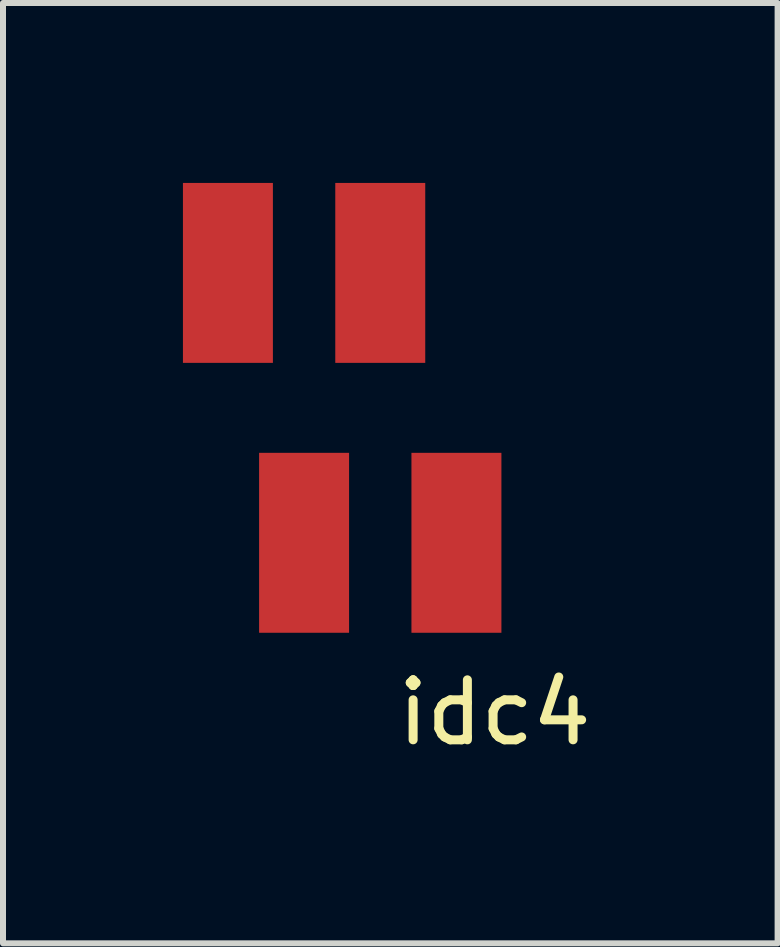
<source format=kicad_pcb>
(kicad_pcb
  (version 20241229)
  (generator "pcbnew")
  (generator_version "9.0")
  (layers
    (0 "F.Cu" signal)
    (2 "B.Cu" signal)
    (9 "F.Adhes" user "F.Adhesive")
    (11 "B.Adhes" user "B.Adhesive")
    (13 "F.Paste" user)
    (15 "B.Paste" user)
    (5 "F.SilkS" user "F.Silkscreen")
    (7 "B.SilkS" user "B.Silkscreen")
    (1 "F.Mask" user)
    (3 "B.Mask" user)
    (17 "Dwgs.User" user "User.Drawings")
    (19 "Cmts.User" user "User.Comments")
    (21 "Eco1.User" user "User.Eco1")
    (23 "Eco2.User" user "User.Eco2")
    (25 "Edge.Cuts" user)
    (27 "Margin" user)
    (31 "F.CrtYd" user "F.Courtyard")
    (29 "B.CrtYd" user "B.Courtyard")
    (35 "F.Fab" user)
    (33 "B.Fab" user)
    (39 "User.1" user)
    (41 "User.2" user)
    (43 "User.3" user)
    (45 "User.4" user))
  (footprint "idc4"
    (layer "F.Cu")
    (at 2.655 3.75)
    (property "Reference" "idc4" (at 2.54 5.08 0) (layer "F.SilkS") (effects (font (size 1 1) (thickness 0.15))))
    (attr through_hole)
    (pad "1" smd rect (at 1.905 2.25) (size 1.5 3) (layers "F.Cu" "F.Mask" "F.Paste"))
    (pad "2" smd rect (at 0.635 -2.25) (size 1.5 3) (layers "F.Cu" "F.Mask" "F.Paste"))
    (pad "3" smd rect (at -0.635 2.25) (size 1.5 3) (layers "F.Cu" "F.Mask" "F.Paste"))
    (pad "4" smd rect (at -1.905 -2.25) (size 1.5 3) (layers "F.Cu" "F.Mask" "F.Paste")))
  (gr_rect
    (start -3 -3)
    (end 9.915 12.678)
    (stroke (width 0.1) (type default))
    (fill no)
    (layer "Edge.Cuts")))
</source>
